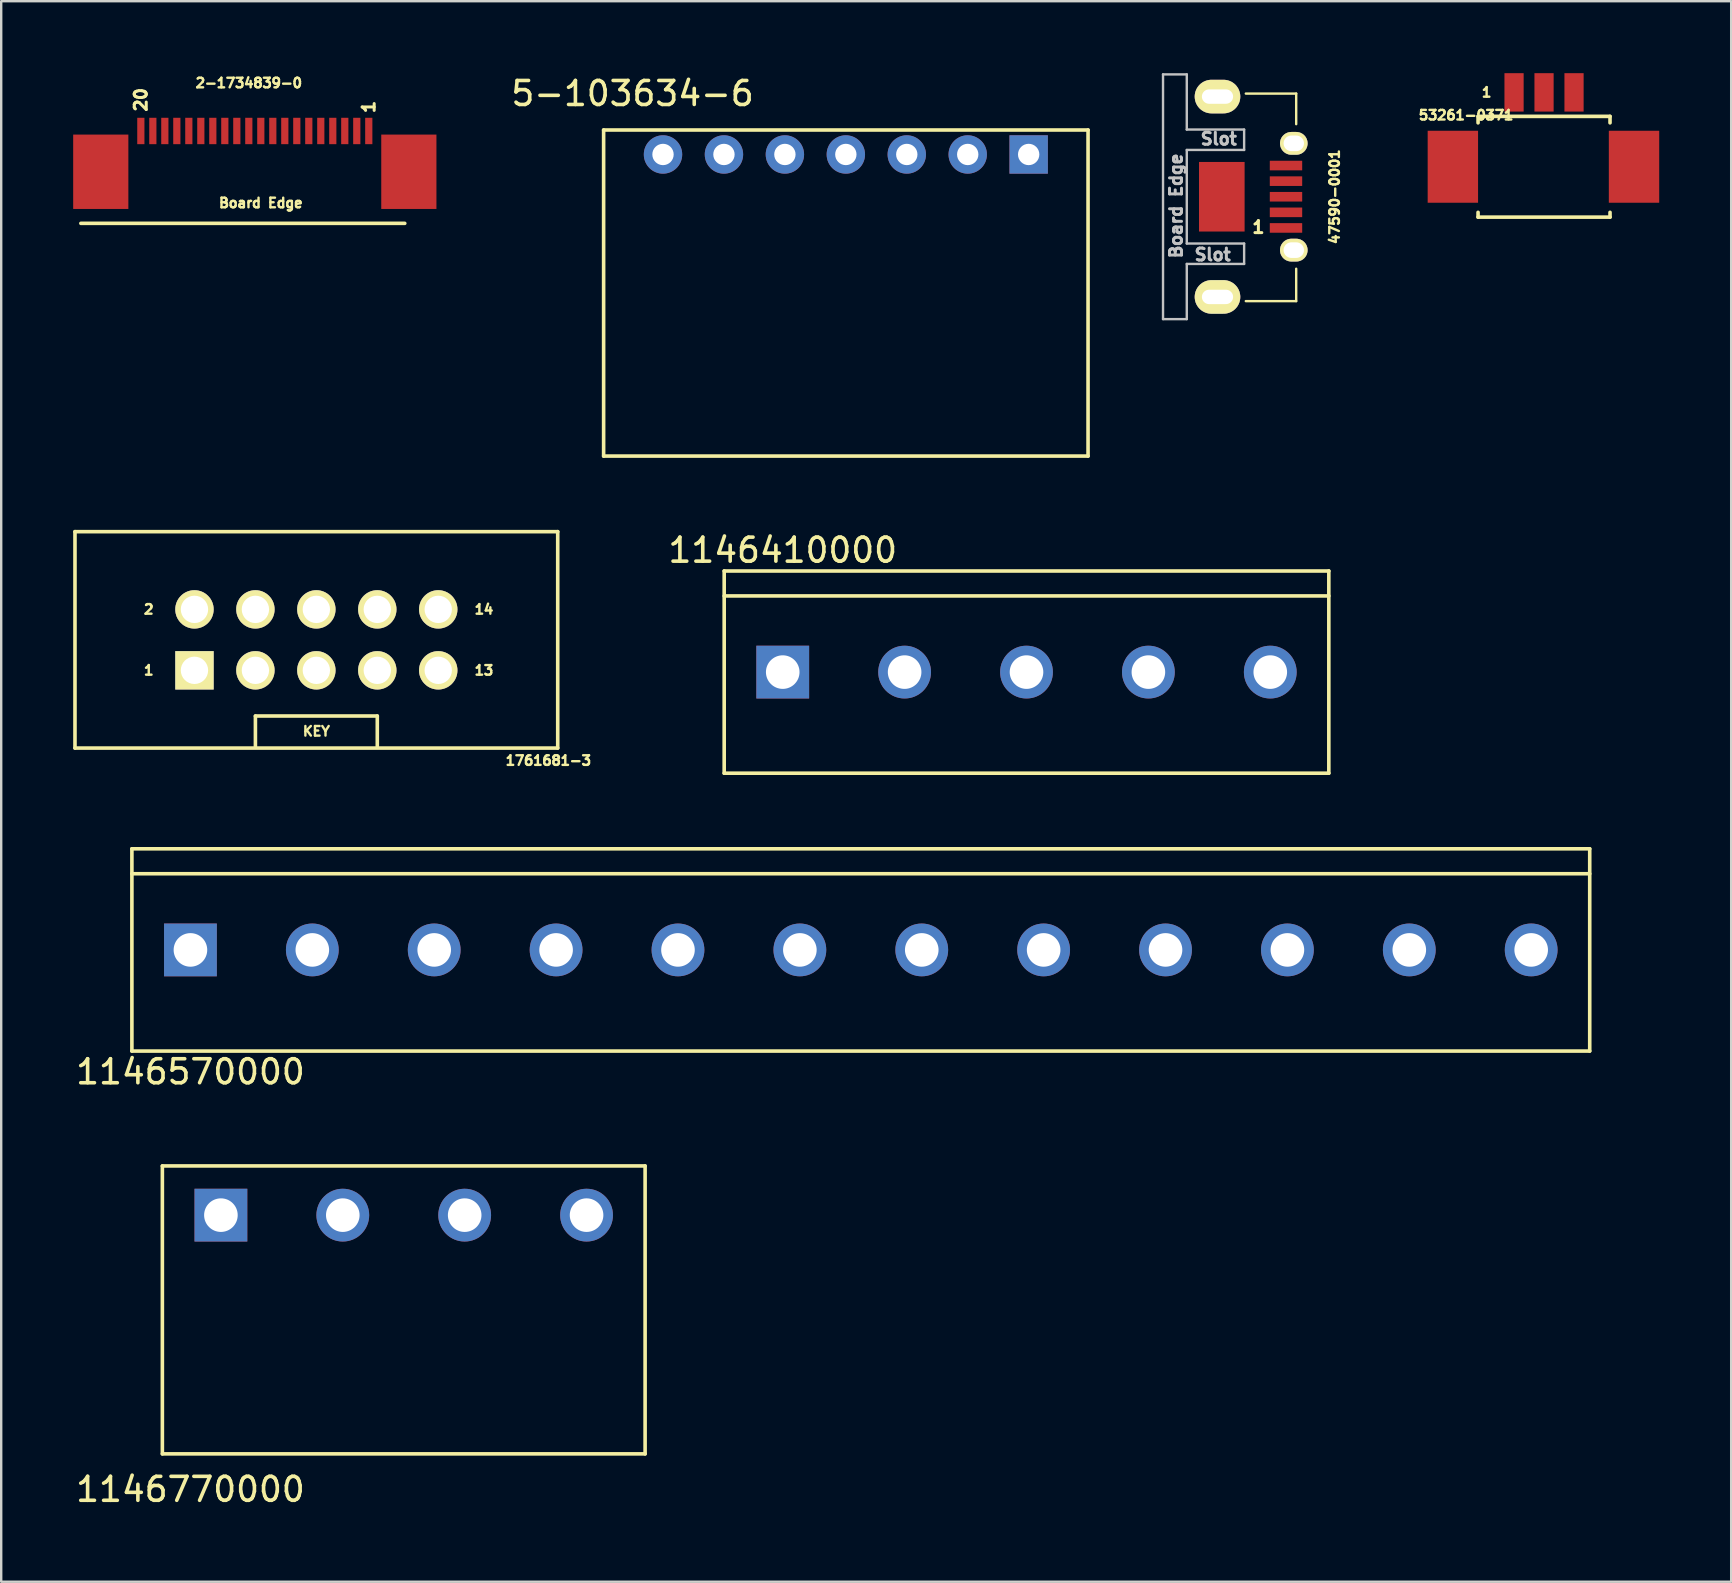
<source format=kicad_pcb>
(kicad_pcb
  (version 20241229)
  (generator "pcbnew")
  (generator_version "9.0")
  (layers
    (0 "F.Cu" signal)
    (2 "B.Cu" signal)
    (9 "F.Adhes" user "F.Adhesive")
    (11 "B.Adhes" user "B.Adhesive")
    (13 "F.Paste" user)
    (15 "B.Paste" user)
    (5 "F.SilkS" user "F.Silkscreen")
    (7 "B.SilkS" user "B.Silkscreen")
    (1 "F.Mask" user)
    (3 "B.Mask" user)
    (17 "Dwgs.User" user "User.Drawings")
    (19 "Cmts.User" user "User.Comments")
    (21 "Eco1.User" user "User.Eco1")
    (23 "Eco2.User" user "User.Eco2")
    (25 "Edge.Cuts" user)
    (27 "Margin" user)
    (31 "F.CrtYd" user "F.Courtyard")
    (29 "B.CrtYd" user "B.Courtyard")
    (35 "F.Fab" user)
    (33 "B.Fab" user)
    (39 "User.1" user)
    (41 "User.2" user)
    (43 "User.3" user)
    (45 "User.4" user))
  (footprint "5-103634-6"
    (layer "F.Cu")
    (at 32.203 3.388)
    (property "Reference" "5-103634-6" (at -8.89 -2.54 0) (layer "F.SilkS") (effects (font (size 1 1) (thickness 0.15))))
    (attr through_hole)
    (fp_line (start -10.095 -1.02) (end 10.095 -1.02) (stroke (width 0.15) (type solid)) (layer "F.SilkS"))
    (fp_line (start -10.095 12.57) (end -10.095 -1.02) (stroke (width 0.15) (type solid)) (layer "F.SilkS"))
    (fp_line (start 10.095 -1.02) (end 10.095 12.57) (stroke (width 0.15) (type solid)) (layer "F.SilkS"))
    (fp_line (start 10.095 12.57) (end -10.095 12.57) (stroke (width 0.15) (type solid)) (layer "F.SilkS"))
    (pad "1" thru_hole rect (at 7.62 0) (size 1.6 1.6) (drill 0.89) (layers "*.Cu" "*.Mask"))
    (pad "2" thru_hole circle (at 5.08 0) (size 1.6 1.6) (drill 0.89) (layers "*.Cu" "*.Mask"))
    (pad "3" thru_hole circle (at 2.54 0) (size 1.6 1.6) (drill 0.89) (layers "*.Cu" "*.Mask"))
    (pad "4" thru_hole circle (at 0 0) (size 1.6 1.6) (drill 0.89) (layers "*.Cu" "*.Mask"))
    (pad "5" thru_hole circle (at -2.54 0) (size 1.6 1.6) (drill 0.89) (layers "*.Cu" "*.Mask"))
    (pad "6" thru_hole circle (at -5.08 0) (size 1.6 1.6) (drill 0.89) (layers "*.Cu" "*.Mask"))
    (pad "7" thru_hole circle (at -7.62 0) (size 1.6 1.6) (drill 0.89) (layers "*.Cu" "*.Mask")))
  (footprint "53261-0371"
    (layer "F.Cu")
    (at 61.303 3.8)
    (property "Reference" "53261-0371" (at -3.25 -2.05 0) (layer "F.SilkS") (effects (font (size 0.4 0.4) (thickness 0.1))))
    (attr through_hole)
    (fp_line (start -2.75 -2) (end -2.75 -1.73) (stroke (width 0.15) (type solid)) (layer "F.SilkS"))
    (fp_line (start -2.75 -2) (end 2.75 -2) (stroke (width 0.15) (type solid)) (layer "F.SilkS"))
    (fp_line (start -2.75 2.2) (end -2.75 2) (stroke (width 0.15) (type solid)) (layer "F.SilkS"))
    (fp_line (start -2.75 2.2) (end 2.75 2.2) (stroke (width 0.15) (type solid)) (layer "F.SilkS"))
    (fp_line (start 2.75 -2) (end 2.75 -1.73) (stroke (width 0.15) (type solid)) (layer "F.SilkS"))
    (fp_line (start 2.75 2.2) (end 2.75 2) (stroke (width 0.15) (type solid)) (layer "F.SilkS"))
    (fp_text user "1" (at -2.393 -3 0) (layer "F.SilkS") (effects (font (size 0.4 0.4) (thickness 0.1))))
    (pad "1" smd rect (at -1.25 -3) (size 0.8 1.6) (layers "F.Cu" "F.Mask" "F.Paste"))
    (pad "2" smd rect (at 0 -3) (size 0.8 1.6) (layers "F.Cu" "F.Mask" "F.Paste"))
    (pad "3" smd rect (at 1.25 -3) (size 0.8 1.6) (layers "F.Cu" "F.Mask" "F.Paste"))
    (pad "4" smd rect (at -3.8 0.1) (size 2.1 3) (layers "F.Cu" "F.Mask" "F.Paste"))
    (pad "4" smd rect (at 3.75 0.1) (size 2.1 3) (layers "F.Cu" "F.Mask" "F.Paste")))
  (footprint "2-1734839-0"
    (layer "F.Cu")
    (at 2.82 2.409)
    (property "Reference" "2-1734839-0" (at 4.5 -2 0) (layer "F.SilkS") (effects (font (size 0.4 0.4) (thickness 0.1))))
    (attr through_hole)
    (fp_line (start -2.5 3.85) (end 11 3.85) (stroke (width 0.15) (type solid)) (layer "F.SilkS"))
    (fp_text user "1" (at 9.5 -1 90) (layer "F.SilkS") (effects (font (size 0.5 0.5) (thickness 0.125))))
    (fp_text user "Board Edge" (at 5 3 0) (layer "F.SilkS") (effects (font (size 0.4 0.4) (thickness 0.1))))
    (fp_text user "20" (at 0 -1.3 90) (layer "F.SilkS") (effects (font (size 0.5 0.5) (thickness 0.125))))
    (pad "1" smd rect (at 9.5 0) (size 0.3 1.1) (layers "F.Cu" "F.Mask" "F.Paste"))
    (pad "2" smd rect (at 9 0) (size 0.3 1.1) (layers "F.Cu" "F.Mask" "F.Paste"))
    (pad "3" smd rect (at 8.5 0) (size 0.3 1.1) (layers "F.Cu" "F.Mask" "F.Paste"))
    (pad "4" smd rect (at 8 0) (size 0.3 1.1) (layers "F.Cu" "F.Mask" "F.Paste"))
    (pad "5" smd rect (at 7.5 0) (size 0.3 1.1) (layers "F.Cu" "F.Mask" "F.Paste"))
    (pad "6" smd rect (at 7 0) (size 0.3 1.1) (layers "F.Cu" "F.Mask" "F.Paste"))
    (pad "7" smd rect (at 6.5 0) (size 0.3 1.1) (layers "F.Cu" "F.Mask" "F.Paste"))
    (pad "8" smd rect (at 6 0) (size 0.3 1.1) (layers "F.Cu" "F.Mask" "F.Paste"))
    (pad "9" smd rect (at 5.5 0) (size 0.3 1.1) (layers "F.Cu" "F.Mask" "F.Paste"))
    (pad "10" smd rect (at 5 0) (size 0.3 1.1) (layers "F.Cu" "F.Mask" "F.Paste"))
    (pad "11" smd rect (at 4.5 0) (size 0.3 1.1) (layers "F.Cu" "F.Mask" "F.Paste"))
    (pad "12" smd rect (at 4 0) (size 0.3 1.1) (layers "F.Cu" "F.Mask" "F.Paste"))
    (pad "13" smd rect (at 3.5 0) (size 0.3 1.1) (layers "F.Cu" "F.Mask" "F.Paste"))
    (pad "14" smd rect (at 3 0) (size 0.3 1.1) (layers "F.Cu" "F.Mask" "F.Paste"))
    (pad "15" smd rect (at 2.5 0) (size 0.3 1.1) (layers "F.Cu" "F.Mask" "F.Paste"))
    (pad "16" smd rect (at 2 0) (size 0.3 1.1) (layers "F.Cu" "F.Mask" "F.Paste"))
    (pad "17" smd rect (at 1.5 0) (size 0.3 1.1) (layers "F.Cu" "F.Mask" "F.Paste"))
    (pad "18" smd rect (at 1 0) (size 0.3 1.1) (layers "F.Cu" "F.Mask" "F.Paste"))
    (pad "19" smd rect (at 0.5 0) (size 0.3 1.1) (layers "F.Cu" "F.Mask" "F.Paste"))
    (pad "20" smd rect (at 0 0) (size 0.3 1.1) (layers "F.Cu" "F.Mask" "F.Paste"))
    (pad "21" smd rect (at -1.67 1.7) (size 2.3 3.1) (layers "F.Cu" "F.Mask" "F.Paste"))
    (pad "21" smd rect (at 11.17 1.7) (size 2.3 3.1) (layers "F.Cu" "F.Mask" "F.Paste")))
  (footprint "1146770000"
    (layer "F.Cu")
    (at 13.777 47.595)
    (property "Reference" "1146770000" (at -8.89 11.43 0) (layer "F.SilkS") (effects (font (size 1 1) (thickness 0.15))))
    (attr through_hole)
    (fp_line (start -10.06 -2.05) (end 10.06 -2.05) (stroke (width 0.15) (type solid)) (layer "F.SilkS"))
    (fp_line (start -10.06 9.95) (end -10.06 -2.05) (stroke (width 0.15) (type solid)) (layer "F.SilkS"))
    (fp_line (start 10.06 -2.05) (end 10.06 9.95) (stroke (width 0.15) (type solid)) (layer "F.SilkS"))
    (fp_line (start 10.06 9.95) (end -10.06 9.95) (stroke (width 0.15) (type solid)) (layer "F.SilkS"))
    (pad "1" thru_hole rect (at -7.62 0) (size 2.2 2.2) (drill 1.4) (layers "*.Cu" "*.Mask"))
    (pad "2" thru_hole circle (at -2.54 0) (size 2.2 2.2) (drill 1.4) (layers "*.Cu" "*.Mask"))
    (pad "3" thru_hole circle (at 2.54 0) (size 2.2 2.2) (drill 1.4) (layers "*.Cu" "*.Mask"))
    (pad "4" thru_hole circle (at 7.62 0) (size 2.2 2.2) (drill 1.4) (layers "*.Cu" "*.Mask")))
  (footprint "47590-0001"
    (layer "F.Cu")
    (at 47.873 5.15)
    (property "Reference" "47590-0001" (at 4.699 0 270) (layer "F.SilkS") (effects (font (size 0.4 0.4) (thickness 0.1))))
    (attr through_hole)
    (fp_line (start 1 -4.3) (end 3.1 -4.3) (stroke (width 0.1) (type solid)) (layer "F.SilkS"))
    (fp_line (start 1 4.35) (end 3.1 4.35) (stroke (width 0.1) (type solid)) (layer "F.SilkS"))
    (fp_line (start 3.1 -3.025) (end 3.1 -4.3) (stroke (width 0.1) (type solid)) (layer "F.SilkS"))
    (fp_line (start 3.1 4.35) (end 3.1 3) (stroke (width 0.1) (type solid)) (layer "F.SilkS"))
    (fp_line (start -2.45 -5.1) (end -1.46 -5.1) (stroke (width 0.1) (type solid)) (layer "Dwgs.User"))
    (fp_line (start -2.45 5.1) (end -2.45 -5.1) (stroke (width 0.1) (type solid)) (layer "Dwgs.User"))
    (fp_line (start -2.45 5.1) (end -1.46 5.1) (stroke (width 0.1) (type solid)) (layer "Dwgs.User"))
    (fp_line (start -1.46 -2.8) (end -1.46 -5.1) (stroke (width 0.1) (type solid)) (layer "Dwgs.User"))
    (fp_line (start -1.46 -2.8) (end 0.93 -2.8) (stroke (width 0.1) (type solid)) (layer "Dwgs.User"))
    (fp_line (start -1.46 -1.95) (end 0.93 -1.95) (stroke (width 0.1) (type solid)) (layer "Dwgs.User"))
    (fp_line (start -1.46 1.95) (end -1.46 -1.95) (stroke (width 0.1) (type solid)) (layer "Dwgs.User"))
    (fp_line (start -1.46 1.95) (end 0.93 1.95) (stroke (width 0.1) (type solid)) (layer "Dwgs.User"))
    (fp_line (start -1.46 2.8) (end 0.93 2.8) (stroke (width 0.1) (type solid)) (layer "Dwgs.User"))
    (fp_line (start -1.46 5.1) (end -1.46 2.8) (stroke (width 0.1) (type solid)) (layer "Dwgs.User"))
    (fp_line (start 0.93 -1.95) (end 0.93 -2.8) (stroke (width 0.1) (type solid)) (layer "Dwgs.User"))
    (fp_line (start 0.93 2.8) (end 0.93 1.95) (stroke (width 0.1) (type solid)) (layer "Dwgs.User"))
    (fp_text user "1" (at 1.524 1.27 0) (layer "F.SilkS") (effects (font (size 0.5 0.5) (thickness 0.125))))
    (fp_text user "Board Edge" (at -1.905 0.381 90) (layer "Dwgs.User") (effects (font (size 0.5 0.5) (thickness 0.125))))
    (fp_text user "Slot" (at -0.381 2.413 0) (layer "Dwgs.User") (effects (font (size 0.5 0.5) (thickness 0.125))))
    (fp_text user "Slot" (at -0.127 -2.413 0) (layer "Dwgs.User") (effects (font (size 0.5 0.5) (thickness 0.125))))
    (pad "1" smd rect (at 2.675 1.3) (size 1.35 0.4) (layers "F.Cu" "F.Mask" "F.Paste"))
    (pad "2" smd rect (at 2.675 0.65) (size 1.35 0.4) (layers "F.Cu" "F.Mask" "F.Paste"))
    (pad "3" smd rect (at 2.675 0) (size 1.35 0.4) (layers "F.Cu" "F.Mask" "F.Paste"))
    (pad "4" smd rect (at 2.675 -0.65) (size 1.35 0.4) (layers "F.Cu" "F.Mask" "F.Paste"))
    (pad "5" smd rect (at 2.675 -1.3) (size 1.35 0.4) (layers "F.Cu" "F.Mask" "F.Paste"))
    (pad "6" thru_hole oval (at -0.18 -4.175) (size 1.9 1.4) (drill oval 1.3 0.6) (layers "*.Cu" "*.Mask" "F.SilkS"))
    (pad "6" thru_hole oval (at -0.18 4.175) (size 1.9 1.4) (drill oval 1.3 0.6) (layers "*.Cu" "*.Mask" "F.SilkS"))
    (pad "6" smd rect (at 0 0) (size 1.9 2.9) (layers "F.Cu" "F.Mask" "F.Paste"))
    (pad "6" thru_hole oval (at 3 -2.225) (size 1.15 0.95) (drill oval 0.85 0.65) (layers "*.Cu" "*.Mask" "F.SilkS"))
    (pad "6" thru_hole oval (at 3 2.225) (size 1.15 0.95) (drill oval 0.85 0.65) (layers "*.Cu" "*.Mask" "F.SilkS")))
  (footprint "1146570000"
    (layer "F.Cu")
    (at 32.827 36.541)
    (property "Reference" "1146570000" (at -27.94 5.08 0) (layer "F.SilkS") (effects (font (size 1 1) (thickness 0.15))))
    (attr through_hole)
    (fp_line (start -30.38 -4.215) (end 30.38 -4.215) (stroke (width 0.15) (type solid)) (layer "F.SilkS"))
    (fp_line (start -30.38 -3.175) (end 30.38 -3.175) (stroke (width 0.15) (type solid)) (layer "F.SilkS"))
    (fp_line (start -30.38 4.215) (end -30.38 -4.215) (stroke (width 0.15) (type solid)) (layer "F.SilkS"))
    (fp_line (start 30.38 -4.215) (end 30.38 4.215) (stroke (width 0.15) (type solid)) (layer "F.SilkS"))
    (fp_line (start 30.38 4.215) (end -30.38 4.215) (stroke (width 0.15) (type solid)) (layer "F.SilkS"))
    (pad "1" thru_hole rect (at -27.94 0) (size 2.2 2.2) (drill 1.4) (layers "*.Cu" "*.Mask"))
    (pad "2" thru_hole circle (at -22.86 0) (size 2.2 2.2) (drill 1.4) (layers "*.Cu" "*.Mask"))
    (pad "3" thru_hole circle (at -17.78 0) (size 2.2 2.2) (drill 1.4) (layers "*.Cu" "*.Mask"))
    (pad "4" thru_hole circle (at -12.7 0) (size 2.2 2.2) (drill 1.4) (layers "*.Cu" "*.Mask"))
    (pad "5" thru_hole circle (at -7.62 0) (size 2.2 2.2) (drill 1.4) (layers "*.Cu" "*.Mask"))
    (pad "6" thru_hole circle (at -2.54 0) (size 2.2 2.2) (drill 1.4) (layers "*.Cu" "*.Mask"))
    (pad "7" thru_hole circle (at 2.54 0) (size 2.2 2.2) (drill 1.4) (layers "*.Cu" "*.Mask"))
    (pad "8" thru_hole circle (at 7.62 0) (size 2.2 2.2) (drill 1.4) (layers "*.Cu" "*.Mask"))
    (pad "9" thru_hole circle (at 12.7 0) (size 2.2 2.2) (drill 1.4) (layers "*.Cu" "*.Mask"))
    (pad "10" thru_hole circle (at 17.78 0) (size 2.2 2.2) (drill 1.4) (layers "*.Cu" "*.Mask"))
    (pad "11" thru_hole circle (at 22.86 0) (size 2.2 2.2) (drill 1.4) (layers "*.Cu" "*.Mask"))
    (pad "12" thru_hole circle (at 27.94 0) (size 2.2 2.2) (drill 1.4) (layers "*.Cu" "*.Mask")))
  (footprint "1761681-3"
    (layer "F.Cu")
    (at 10.135 23.618)
    (property "Reference" "1761681-3" (at 9.67 5.03 0) (layer "F.SilkS") (effects (font (size 0.4 0.4) (thickness 0.1))))
    (attr through_hole)
    (fp_line (start -10.06 -4.51) (end 10.06 -4.51) (stroke (width 0.15) (type solid)) (layer "F.SilkS"))
    (fp_line (start -10.06 4.51) (end -10.06 -4.51) (stroke (width 0.15) (type solid)) (layer "F.SilkS"))
    (fp_line (start -2.54 3.175) (end 2.54 3.175) (stroke (width 0.15) (type solid)) (layer "F.SilkS"))
    (fp_line (start -2.54 4.445) (end -2.54 3.175) (stroke (width 0.15) (type solid)) (layer "F.SilkS"))
    (fp_line (start 2.54 3.175) (end 2.54 4.445) (stroke (width 0.15) (type solid)) (layer "F.SilkS"))
    (fp_line (start 10.06 4.51) (end -10.06 4.51) (stroke (width 0.15) (type solid)) (layer "F.SilkS"))
    (fp_line (start 10.06 4.51) (end 10.06 -4.51) (stroke (width 0.15) (type solid)) (layer "F.SilkS"))
    (fp_text user "14" (at 6.985 -1.27 0) (layer "F.SilkS") (effects (font (size 0.4 0.4) (thickness 0.1))))
    (fp_text user "1" (at -6.985 1.27 0) (layer "F.SilkS") (effects (font (size 0.4 0.4) (thickness 0.1))))
    (fp_text user "13" (at 6.985 1.27 0) (layer "F.SilkS") (effects (font (size 0.4 0.4) (thickness 0.1))))
    (fp_text user "2" (at -6.985 -1.27 0) (layer "F.SilkS") (effects (font (size 0.4 0.4) (thickness 0.1))))
    (fp_text user "KEY" (at 0 3.81 0) (layer "F.SilkS") (effects (font (size 0.4 0.4) (thickness 0.1))))
    (pad "1" thru_hole rect (at -5.08 1.27) (size 1.6 1.6) (drill 1.14) (layers "*.Cu" "*.Mask" "F.SilkS"))
    (pad "2" thru_hole circle (at -5.08 -1.27) (size 1.6 1.6) (drill 1.14) (layers "*.Cu" "*.Mask" "F.SilkS"))
    (pad "3" thru_hole circle (at -2.54 1.27) (size 1.6 1.6) (drill 1.14) (layers "*.Cu" "*.Mask" "F.SilkS"))
    (pad "4" thru_hole circle (at -2.54 -1.27) (size 1.6 1.6) (drill 1.14) (layers "*.Cu" "*.Mask" "F.SilkS"))
    (pad "5" thru_hole circle (at 0 1.27) (size 1.6 1.6) (drill 1.14) (layers "*.Cu" "*.Mask" "F.SilkS"))
    (pad "6" thru_hole circle (at 0 -1.27) (size 1.6 1.6) (drill 1.14) (layers "*.Cu" "*.Mask" "F.SilkS"))
    (pad "7" thru_hole circle (at 2.54 1.27) (size 1.6 1.6) (drill 1.14) (layers "*.Cu" "*.Mask" "F.SilkS"))
    (pad "8" thru_hole circle (at 2.54 -1.27) (size 1.6 1.6) (drill 1.14) (layers "*.Cu" "*.Mask" "F.SilkS"))
    (pad "9" thru_hole circle (at 5.08 1.27) (size 1.6 1.6) (drill 1.14) (layers "*.Cu" "*.Mask" "F.SilkS"))
    (pad "10" thru_hole circle (at 5.08 -1.27) (size 1.6 1.6) (drill 1.14) (layers "*.Cu" "*.Mask" "F.SilkS")))
  (footprint "1146410000"
    (layer "F.Cu")
    (at 39.733 24.962)
    (property "Reference" "1146410000" (at -10.16 -5.08 0) (layer "F.SilkS") (effects (font (size 1 1) (thickness 0.15))))
    (attr through_hole)
    (fp_line (start -12.6 -4.215) (end 12.6 -4.215) (stroke (width 0.15) (type solid)) (layer "F.SilkS"))
    (fp_line (start -12.6 -3.175) (end 12.6 -3.175) (stroke (width 0.15) (type solid)) (layer "F.SilkS"))
    (fp_line (start -12.6 4.215) (end -12.6 -4.215) (stroke (width 0.15) (type solid)) (layer "F.SilkS"))
    (fp_line (start 12.6 -4.215) (end 12.6 4.215) (stroke (width 0.15) (type solid)) (layer "F.SilkS"))
    (fp_line (start 12.6 4.215) (end -12.6 4.215) (stroke (width 0.15) (type solid)) (layer "F.SilkS"))
    (pad "1" thru_hole rect (at -10.16 0) (size 2.2 2.2) (drill 1.4) (layers "*.Cu" "*.Mask"))
    (pad "2" thru_hole circle (at -5.08 0) (size 2.2 2.2) (drill 1.4) (layers "*.Cu" "*.Mask"))
    (pad "3" thru_hole circle (at 0 0) (size 2.2 2.2) (drill 1.4) (layers "*.Cu" "*.Mask"))
    (pad "4" thru_hole circle (at 5.08 0) (size 2.2 2.2) (drill 1.4) (layers "*.Cu" "*.Mask"))
    (pad "5" thru_hole circle (at 10.16 0) (size 2.2 2.2) (drill 1.4) (layers "*.Cu" "*.Mask")))
  (gr_rect
    (start -3 -3)
    (end 69.103 62.873)
    (stroke (width 0.1) (type default))
    (fill no)
    (layer "Edge.Cuts")))
</source>
